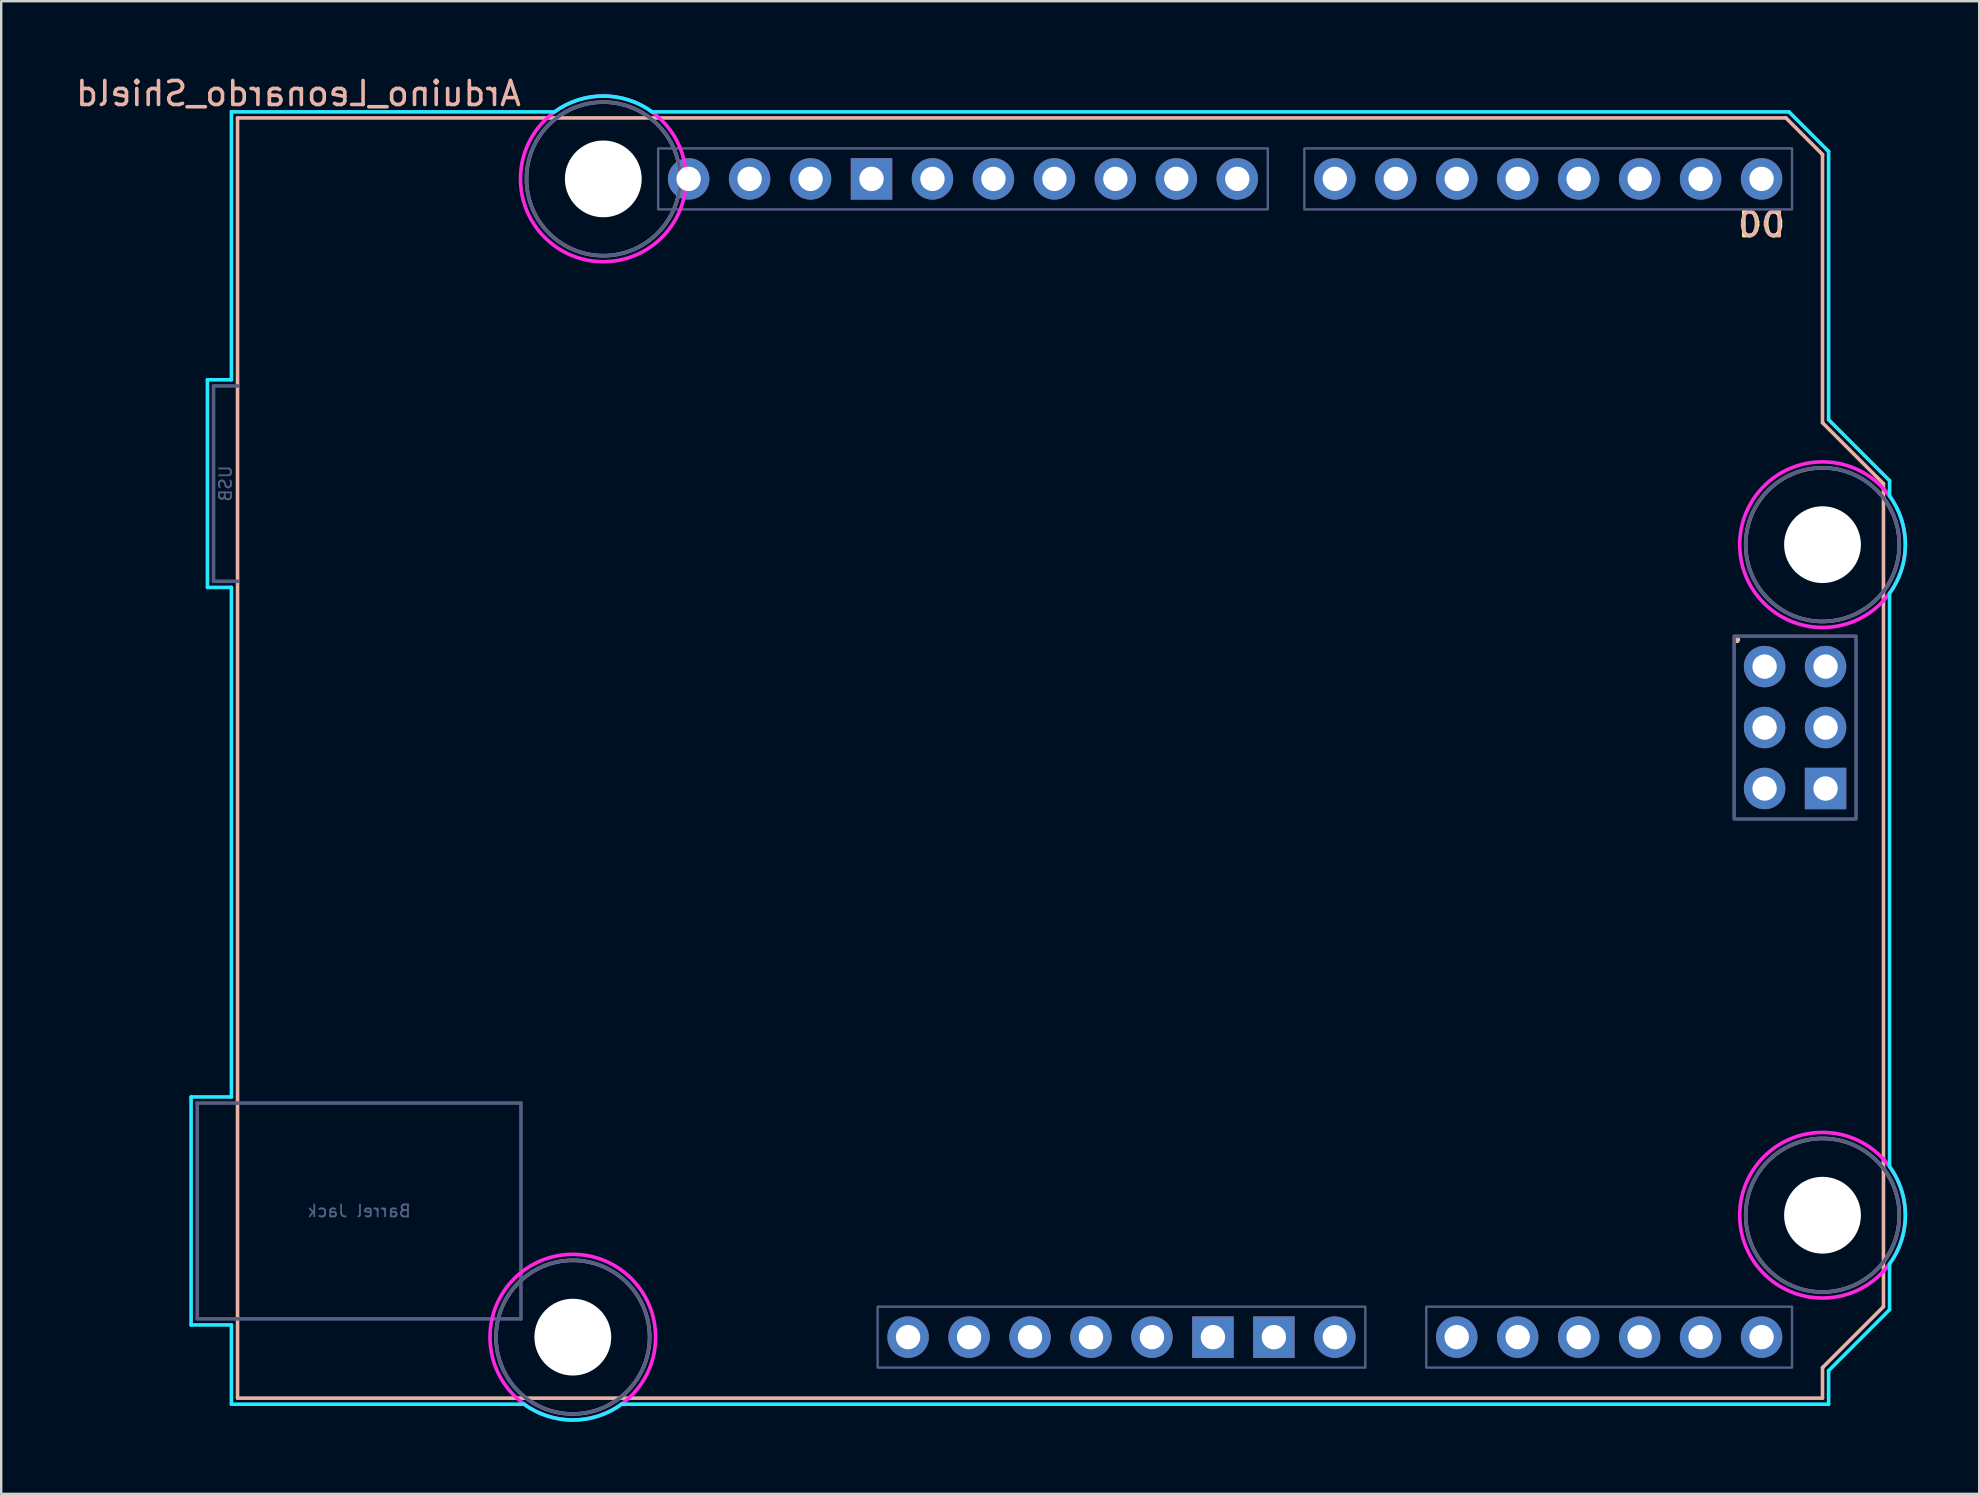
<source format=kicad_pcb>
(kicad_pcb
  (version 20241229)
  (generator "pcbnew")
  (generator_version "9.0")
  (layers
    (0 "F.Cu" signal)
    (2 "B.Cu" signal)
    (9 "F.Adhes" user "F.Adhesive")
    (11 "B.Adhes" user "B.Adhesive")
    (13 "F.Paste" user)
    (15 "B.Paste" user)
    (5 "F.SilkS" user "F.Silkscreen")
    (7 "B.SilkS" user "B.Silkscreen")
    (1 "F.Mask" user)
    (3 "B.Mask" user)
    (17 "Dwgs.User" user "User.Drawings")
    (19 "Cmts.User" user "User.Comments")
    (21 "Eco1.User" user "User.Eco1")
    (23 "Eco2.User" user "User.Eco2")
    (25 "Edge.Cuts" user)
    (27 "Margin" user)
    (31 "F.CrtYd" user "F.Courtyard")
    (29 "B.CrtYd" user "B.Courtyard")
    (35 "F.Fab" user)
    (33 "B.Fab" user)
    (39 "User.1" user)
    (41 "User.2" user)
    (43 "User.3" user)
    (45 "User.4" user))
  (footprint "Arduino_Leonardo_Shield"
    (layer "F.Cu")
    (at 6.847 55.204)
    (property "Reference" "Arduino_Leonardo_Shield" (at 2.54 -54.356 0) (layer "B.SilkS") (effects (font (size 1 1) (thickness 0.15)) (justify mirror)))
    (attr through_hole)
    (fp_line (start 0 -53.34) (end 0 0) (stroke (width 0.15) (type solid)) (layer "B.SilkS"))
    (fp_line (start 0 -53.34) (end 64.516 -53.34) (stroke (width 0.15) (type solid)) (layer "B.SilkS"))
    (fp_line (start 0 0) (end 66.04 0) (stroke (width 0.15) (type solid)) (layer "B.SilkS"))
    (fp_line (start 64.516 -53.34) (end 66.04 -51.816) (stroke (width 0.15) (type solid)) (layer "B.SilkS"))
    (fp_line (start 66.04 -40.64) (end 66.04 -51.816) (stroke (width 0.15) (type solid)) (layer "B.SilkS"))
    (fp_line (start 66.04 -1.27) (end 68.58 -3.81) (stroke (width 0.15) (type solid)) (layer "B.SilkS"))
    (fp_line (start 66.04 0) (end 66.04 -1.27) (stroke (width 0.15) (type solid)) (layer "B.SilkS"))
    (fp_line (start 68.58 -38.1) (end 66.04 -40.64) (stroke (width 0.15) (type solid)) (layer "B.SilkS"))
    (fp_line (start 68.58 -3.81) (end 68.58 -38.1) (stroke (width 0.15) (type solid)) (layer "B.SilkS"))
    (fp_line (start -1.934 -12.548) (end -1.934 -3.049) (stroke (width 0.15) (type solid)) (layer "B.CrtYd"))
    (fp_line (start -1.934 -12.548) (end -0.254 -12.548) (stroke (width 0.15) (type solid)) (layer "B.CrtYd"))
    (fp_line (start -1.934 -3.049) (end -0.254 -3.049) (stroke (width 0.15) (type solid)) (layer "B.CrtYd"))
    (fp_line (start -1.254 -42.428) (end -0.254 -42.428) (stroke (width 0.15) (type solid)) (layer "B.CrtYd"))
    (fp_line (start -1.254 -33.78) (end -1.254 -42.428) (stroke (width 0.15) (type solid)) (layer "B.CrtYd"))
    (fp_line (start -1.254 -33.78) (end -0.254 -33.78) (stroke (width 0.15) (type solid)) (layer "B.CrtYd"))
    (fp_line (start -0.254 -53.594) (end -0.254 -42.428) (stroke (width 0.15) (type solid)) (layer "B.CrtYd"))
    (fp_line (start -0.254 -33.78) (end -0.254 -12.548) (stroke (width 0.15) (type solid)) (layer "B.CrtYd"))
    (fp_line (start -0.254 -3.049) (end -0.254 0.254) (stroke (width 0.15) (type solid)) (layer "B.CrtYd"))
    (fp_line (start 11.938 0.254) (end -0.254 0.254) (stroke (width 0.15) (type solid)) (layer "B.CrtYd"))
    (fp_line (start 13.208 -53.594) (end -0.254 -53.594) (stroke (width 0.15) (type solid)) (layer "B.CrtYd"))
    (fp_line (start 16.002 0.254) (end 66.294 0.254) (stroke (width 0.15) (type solid)) (layer "B.CrtYd"))
    (fp_line (start 17.272 -53.594) (end 64.643 -53.594) (stroke (width 0.15) (type solid)) (layer "B.CrtYd"))
    (fp_line (start 64.643 -53.594) (end 66.294 -51.943) (stroke (width 0.15) (type solid)) (layer "B.CrtYd"))
    (fp_line (start 66.294 -40.767) (end 66.294 -51.943) (stroke (width 0.15) (type solid)) (layer "B.CrtYd"))
    (fp_line (start 66.294 -1.143) (end 68.834 -3.683) (stroke (width 0.15) (type solid)) (layer "B.CrtYd"))
    (fp_line (start 66.294 0.254) (end 66.294 -1.143) (stroke (width 0.15) (type solid)) (layer "B.CrtYd"))
    (fp_line (start 68.834 -38.227) (end 66.294 -40.767) (stroke (width 0.15) (type solid)) (layer "B.CrtYd"))
    (fp_line (start 68.834 -38.227) (end 68.834 -37.592) (stroke (width 0.15) (type solid)) (layer "B.CrtYd"))
    (fp_line (start 68.834 -9.652) (end 68.834 -33.528) (stroke (width 0.15) (type solid)) (layer "B.CrtYd"))
    (fp_line (start 68.834 -5.588) (end 68.834 -3.683) (stroke (width 0.15) (type solid)) (layer "B.CrtYd"))
    (fp_arc (start 13.208 -53.594) (mid 15.24 -54.254237) (end 17.272 -53.594) (stroke (width 0.15) (type solid)) (layer "B.CrtYd"))
    (fp_arc (start 16.002 0.254) (mid 13.97 0.914237) (end 11.938 0.254) (stroke (width 0.15) (type solid)) (layer "B.CrtYd"))
    (fp_arc (start 68.834 -37.592) (mid 69.494238 -35.56) (end 68.834 -33.528) (stroke (width 0.15) (type solid)) (layer "B.CrtYd"))
    (fp_arc (start 68.834 -9.652) (mid 69.494238 -7.62) (end 68.834 -5.588) (stroke (width 0.15) (type solid)) (layer "B.CrtYd"))
    (fp_circle (center 13.97 -2.54) (end 17.42 -2.54) (stroke (width 0.15) (type solid)) (fill no) (layer "F.CrtYd"))
    (fp_circle (center 15.24 -50.8) (end 18.69 -50.8) (stroke (width 0.15) (type solid)) (fill no) (layer "F.CrtYd"))
    (fp_circle (center 66.04 -35.56) (end 69.49 -35.56) (stroke (width 0.15) (type solid)) (fill no) (layer "F.CrtYd"))
    (fp_circle (center 66.04 -7.62) (end 69.49 -7.62) (stroke (width 0.15) (type solid)) (fill no) (layer "F.CrtYd"))
    (fp_line (start -1.68 -12.294) (end -1.68 -3.303) (stroke (width 0.15) (type solid)) (layer "B.Fab"))
    (fp_line (start -1.68 -12.294) (end 11.81 -12.294) (stroke (width 0.15) (type solid)) (layer "B.Fab"))
    (fp_line (start -1.68 -3.303) (end 11.81 -3.303) (stroke (width 0.15) (type solid)) (layer "B.Fab"))
    (fp_line (start -1 -42.174) (end 0 -42.174) (stroke (width 0.15) (type solid)) (layer "B.Fab"))
    (fp_line (start -1 -34.034) (end -1 -42.174) (stroke (width 0.15) (type solid)) (layer "B.Fab"))
    (fp_line (start 0 -34.034) (end -1 -34.034) (stroke (width 0.15) (type solid)) (layer "B.Fab"))
    (fp_line (start 11.81 -12.294) (end 11.81 -3.303) (stroke (width 0.15) (type solid)) (layer "B.Fab"))
    (fp_rect (start 17.526 -52.07) (end 42.926 -49.53) (stroke (width 0.1) (type solid)) (fill no) (layer "B.Fab"))
    (fp_rect (start 26.67 -3.81) (end 46.99 -1.27) (stroke (width 0.1) (type solid)) (fill no) (layer "B.Fab"))
    (fp_rect (start 44.45 -52.07) (end 64.77 -49.53) (stroke (width 0.1) (type solid)) (fill no) (layer "B.Fab"))
    (fp_rect (start 49.53 -3.81) (end 64.77 -1.27) (stroke (width 0.1) (type solid)) (fill no) (layer "B.Fab"))
    (fp_rect (start 62.357 -31.75) (end 67.437 -24.13) (stroke (width 0.15) (type solid)) (fill no) (layer "B.Fab"))
    (fp_circle (center 13.97 -2.54) (end 17.17 -2.54) (stroke (width 0.15) (type solid)) (fill no) (layer "B.Fab"))
    (fp_circle (center 15.24 -50.8) (end 18.44 -50.8) (stroke (width 0.15) (type solid)) (fill no) (layer "B.Fab"))
    (fp_circle (center 66.04 -35.56) (end 69.24 -35.56) (stroke (width 0.15) (type solid)) (fill no) (layer "B.Fab"))
    (fp_circle (center 66.04 -7.62) (end 69.24 -7.62) (stroke (width 0.15) (type solid)) (fill no) (layer "B.Fab"))
    (fp_circle (center 13.97 -2.54) (end 17.17 -2.54) (stroke (width 0.15) (type solid)) (fill no) (layer "F.Fab"))
    (fp_circle (center 15.24 -50.8) (end 18.44 -50.8) (stroke (width 0.15) (type solid)) (fill no) (layer "F.Fab"))
    (fp_circle (center 66.04 -35.56) (end 69.24 -35.56) (stroke (width 0.15) (type solid)) (fill no) (layer "F.Fab"))
    (fp_circle (center 66.04 -7.62) (end 69.24 -7.62) (stroke (width 0.15) (type solid)) (fill no) (layer "F.Fab"))
    (fp_text user "." (at 62.484 -32.004 0) (layer "F.SilkS") (effects (font (size 1 1) (thickness 0.15))))
    (fp_text user "D0" (at 63.5 -48.895 0) (unlocked yes) (layer "F.SilkS") (effects (font (size 1 1) (thickness 0.15))))
    (fp_text user "D0" (at 63.5 -48.895 0) (unlocked yes) (layer "B.SilkS") (effects (font (size 1 1) (thickness 0.15)) (justify mirror)))
    (fp_text user "." (at 62.484 -32.004 0) (layer "B.SilkS") (effects (font (size 1 1) (thickness 0.15))))
    (fp_text user "Barrel Jack" (at 5.065 -7.798 0) (layer "B.Fab") (effects (font (size 0.5 0.5) (thickness 0.075)) (justify mirror)))
    (fp_text user "USB" (at -0.5 -38.104 270) (layer "B.Fab") (effects (font (size 0.5 0.5) (thickness 0.075)) (justify mirror)))
    (pad "" np_thru_hole circle (at 13.97 -2.54) (size 3.2 3.2) (drill 3.2) (layers "*.Cu" "*.Mask"))
    (pad "" np_thru_hole circle (at 15.24 -50.8) (size 3.2 3.2) (drill 3.2) (layers "*.Cu" "*.Mask"))
    (pad "" thru_hole oval (at 27.94 -2.54) (size 1.727 1.727) (drill 1.016) (layers "*.Cu" "*.Mask"))
    (pad "" np_thru_hole circle (at 66.04 -35.56) (size 3.2 3.2) (drill 3.2) (layers "*.Cu" "*.Mask"))
    (pad "" np_thru_hole circle (at 66.04 -7.62) (size 3.2 3.2) (drill 3.2) (layers "*.Cu" "*.Mask"))
    (pad "3V3" thru_hole oval (at 35.56 -2.54) (size 1.727 1.727) (drill 1.016) (layers "*.Cu" "*.Mask"))
    (pad "5V1" thru_hole oval (at 38.1 -2.54) (size 1.727 1.727) (drill 1.016) (layers "*.Cu" "*.Mask"))
    (pad "5V2" thru_hole oval (at 66.167 -30.48) (size 1.727 1.727) (drill 1.016) (layers "*.Cu" "*.Mask"))
    (pad "A0" thru_hole oval (at 50.8 -2.54) (size 1.727 1.727) (drill 1.016) (layers "*.Cu" "*.Mask"))
    (pad "A1" thru_hole oval (at 53.34 -2.54) (size 1.727 1.727) (drill 1.016) (layers "*.Cu" "*.Mask"))
    (pad "A2" thru_hole oval (at 55.88 -2.54) (size 1.727 1.727) (drill 1.016) (layers "*.Cu" "*.Mask"))
    (pad "A3" thru_hole oval (at 58.42 -2.54) (size 1.727 1.727) (drill 1.016) (layers "*.Cu" "*.Mask"))
    (pad "A4" thru_hole oval (at 60.96 -2.54) (size 1.727 1.727) (drill 1.016) (layers "*.Cu" "*.Mask"))
    (pad "A5" thru_hole oval (at 63.5 -2.54) (size 1.727 1.727) (drill 1.016) (layers "*.Cu" "*.Mask"))
    (pad "AREF" thru_hole oval (at 23.876 -50.8) (size 1.727 1.727) (drill 1.016) (layers "*.Cu" "*.Mask"))
    (pad "D0" thru_hole oval (at 63.5 -50.8) (size 1.727 1.727) (drill 1.016) (layers "*.Cu" "*.Mask"))
    (pad "D1" thru_hole oval (at 60.96 -50.8) (size 1.727 1.727) (drill 1.016) (layers "*.Cu" "*.Mask"))
    (pad "D2" thru_hole oval (at 58.42 -50.8) (size 1.727 1.727) (drill 1.016) (layers "*.Cu" "*.Mask"))
    (pad "D3" thru_hole oval (at 55.88 -50.8) (size 1.727 1.727) (drill 1.016) (layers "*.Cu" "*.Mask"))
    (pad "D4" thru_hole oval (at 53.34 -50.8) (size 1.727 1.727) (drill 1.016) (layers "*.Cu" "*.Mask"))
    (pad "D5" thru_hole oval (at 50.8 -50.8) (size 1.727 1.727) (drill 1.016) (layers "*.Cu" "*.Mask"))
    (pad "D6" thru_hole oval (at 48.26 -50.8) (size 1.727 1.727) (drill 1.016) (layers "*.Cu" "*.Mask"))
    (pad "D7" thru_hole oval (at 45.72 -50.8) (size 1.727 1.727) (drill 1.016) (layers "*.Cu" "*.Mask"))
    (pad "D8" thru_hole oval (at 41.656 -50.8) (size 1.727 1.727) (drill 1.016) (layers "*.Cu" "*.Mask"))
    (pad "D9" thru_hole oval (at 39.116 -50.8) (size 1.727 1.727) (drill 1.016) (layers "*.Cu" "*.Mask"))
    (pad "D10" thru_hole oval (at 36.576 -50.8) (size 1.727 1.727) (drill 1.016) (layers "*.Cu" "*.Mask"))
    (pad "D11" thru_hole oval (at 34.036 -50.8) (size 1.727 1.727) (drill 1.016) (layers "*.Cu" "*.Mask"))
    (pad "D12" thru_hole oval (at 31.496 -50.8) (size 1.727 1.727) (drill 1.016) (layers "*.Cu" "*.Mask"))
    (pad "D13" thru_hole oval (at 28.956 -50.8) (size 1.727 1.727) (drill 1.016) (layers "*.Cu" "*.Mask"))
    (pad "GND1" thru_hole rect (at 26.416 -50.8) (size 1.727 1.727) (drill 1.016) (layers "*.Cu" "*.Mask"))
    (pad "GND2" thru_hole rect (at 40.64 -2.54) (size 1.727 1.727) (drill 1.016) (layers "*.Cu" "*.Mask"))
    (pad "GND3" thru_hole rect (at 43.18 -2.54) (size 1.727 1.727) (drill 1.016) (layers "*.Cu" "*.Mask"))
    (pad "GND4" thru_hole rect (at 66.167 -25.4) (size 1.727 1.727) (drill 1.016) (layers "*.Cu" "*.Mask"))
    (pad "IORF" thru_hole oval (at 30.48 -2.54) (size 1.727 1.727) (drill 1.016) (layers "*.Cu" "*.Mask"))
    (pad "MISO" thru_hole oval (at 63.627 -30.48) (size 1.727 1.727) (drill 1.016) (layers "*.Cu" "*.Mask"))
    (pad "MOSI" thru_hole oval (at 66.167 -27.94) (size 1.727 1.727) (drill 1.016) (layers "*.Cu" "*.Mask"))
    (pad "RST1" thru_hole oval (at 33.02 -2.54) (size 1.727 1.727) (drill 1.016) (layers "*.Cu" "*.Mask"))
    (pad "RST2" thru_hole oval (at 63.627 -25.4) (size 1.727 1.727) (drill 1.016) (layers "*.Cu" "*.Mask"))
    (pad "SCK" thru_hole oval (at 63.627 -27.94) (size 1.727 1.727) (drill 1.016) (layers "*.Cu" "*.Mask"))
    (pad "SCL" thru_hole oval (at 18.796 -50.8) (size 1.727 1.727) (drill 1.016) (layers "*.Cu" "*.Mask"))
    (pad "SDA" thru_hole oval (at 21.336 -50.8) (size 1.727 1.727) (drill 1.016) (layers "*.Cu" "*.Mask"))
    (pad "VIN" thru_hole oval (at 45.72 -2.54) (size 1.727 1.727) (drill 1.016) (layers "*.Cu" "*.Mask")))
  (gr_rect
    (start -3 -3)
    (end 79.416 59.193)
    (stroke (width 0.1) (type default))
    (fill no)
    (layer "Edge.Cuts")))
</source>
